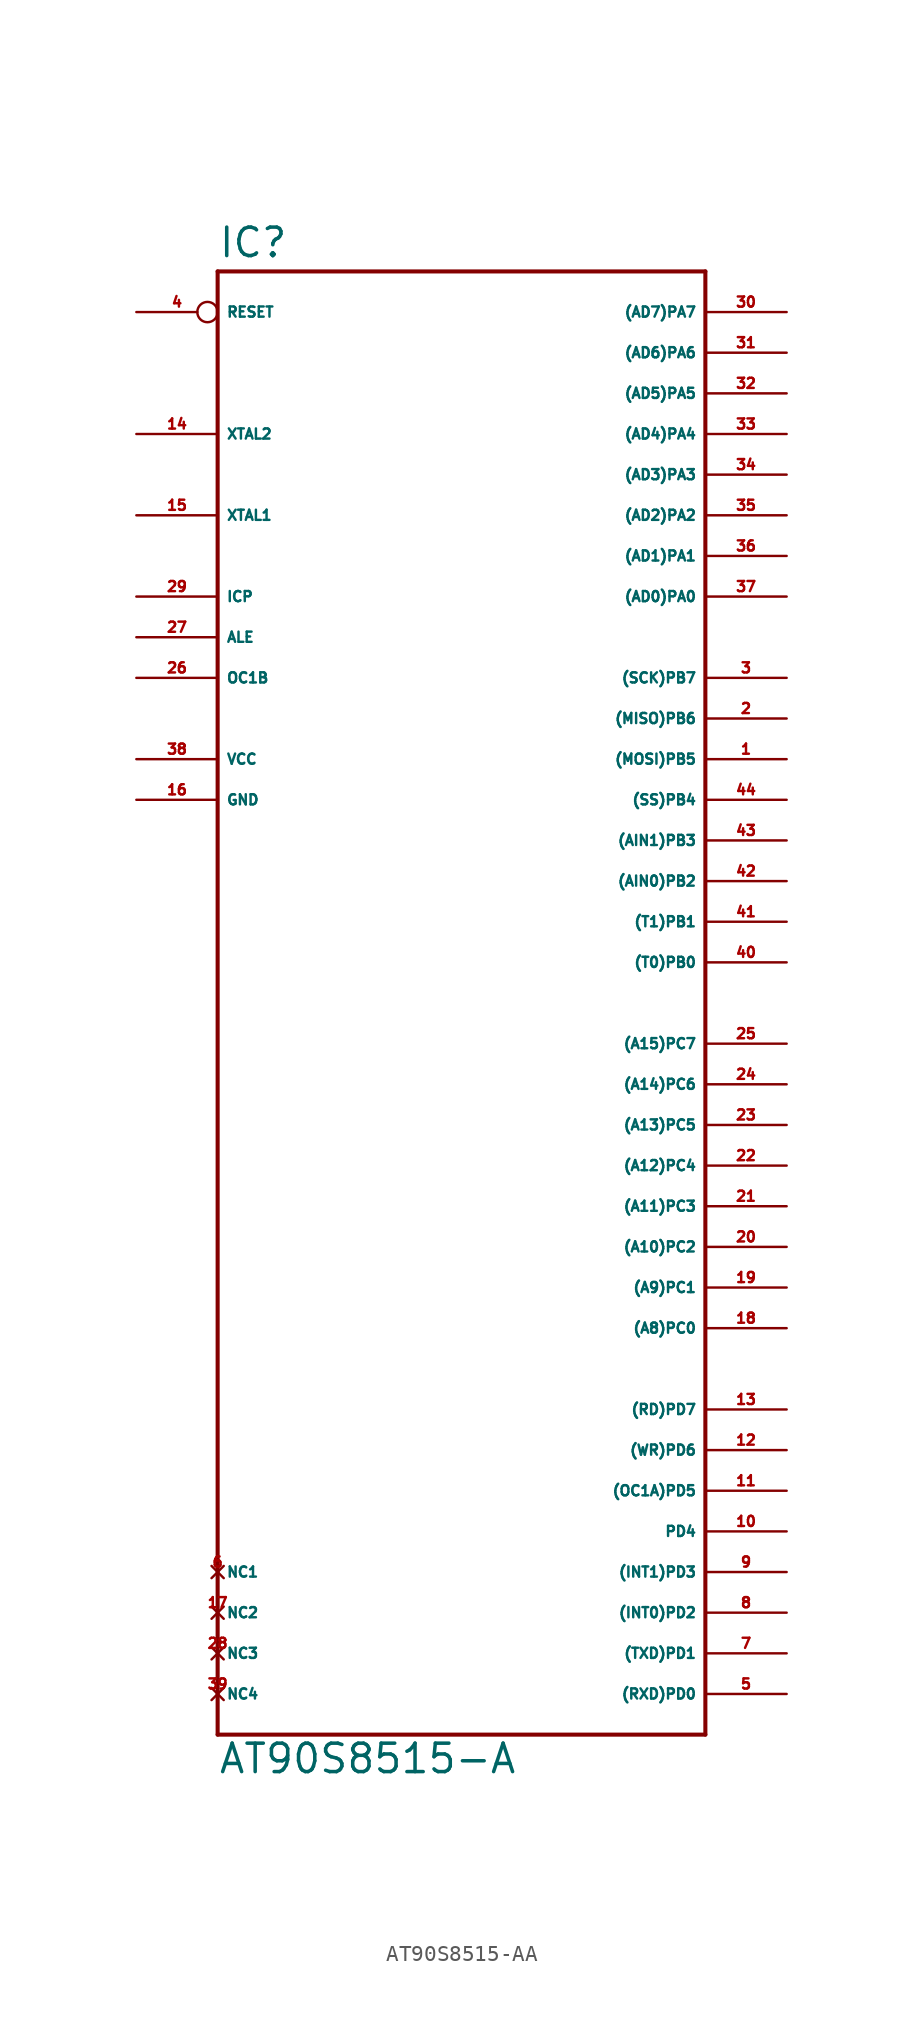
<source format=kicad_sym>
(kicad_symbol_lib
  (version 20220914)
  (generator Eagle2Kicad)
  (symbol "AT90S8515-AA"
    (property "Reference" "IC"
      (at -15.24 36.322 0)
      (effects (font (size 1.778 1.778) (thickness 0.22)) (justify left bottom)))
    (property "Value" "AT90S8515-A"
      (at -15.24 -58.42 0)
      (effects (font (size 1.778 1.778) (thickness 0.22)) (justify left bottom)))
    (polyline
      (pts (xy -15.24 35.56) (xy 15.24 35.56))
      (stroke (width 0.254) (type default))
      (fill (type none)))
    (polyline
      (pts (xy 15.24 35.56) (xy 15.24 -55.88))
      (stroke (width 0.254) (type default))
      (fill (type none)))
    (polyline
      (pts (xy 15.24 -55.88) (xy -15.24 -55.88))
      (stroke (width 0.254) (type default))
      (fill (type none)))
    (polyline
      (pts (xy -15.24 -55.88) (xy -15.24 35.56))
      (stroke (width 0.254) (type default))
      (fill (type none)))
    (pin bidirectional line
      (at 20.32 33.02 180)
      (length 5.08)
      (name "(AD7)PA7" (effects (font (size 0.635 0.635) (thickness 0.08)) (justify left bottom)))
      (number "30" (effects (font (size 0.635 0.635) (thickness 0.08)) (justify left bottom))))
    (pin bidirectional line
      (at 20.32 30.48 180)
      (length 5.08)
      (name "(AD6)PA6" (effects (font (size 0.635 0.635) (thickness 0.08)) (justify left bottom)))
      (number "31" (effects (font (size 0.635 0.635) (thickness 0.08)) (justify left bottom))))
    (pin bidirectional line
      (at 20.32 27.94 180)
      (length 5.08)
      (name "(AD5)PA5" (effects (font (size 0.635 0.635) (thickness 0.08)) (justify left bottom)))
      (number "32" (effects (font (size 0.635 0.635) (thickness 0.08)) (justify left bottom))))
    (pin bidirectional line
      (at 20.32 25.4 180)
      (length 5.08)
      (name "(AD4)PA4" (effects (font (size 0.635 0.635) (thickness 0.08)) (justify left bottom)))
      (number "33" (effects (font (size 0.635 0.635) (thickness 0.08)) (justify left bottom))))
    (pin bidirectional line
      (at 20.32 22.86 180)
      (length 5.08)
      (name "(AD3)PA3" (effects (font (size 0.635 0.635) (thickness 0.08)) (justify left bottom)))
      (number "34" (effects (font (size 0.635 0.635) (thickness 0.08)) (justify left bottom))))
    (pin bidirectional line
      (at 20.32 20.32 180)
      (length 5.08)
      (name "(AD2)PA2" (effects (font (size 0.635 0.635) (thickness 0.08)) (justify left bottom)))
      (number "35" (effects (font (size 0.635 0.635) (thickness 0.08)) (justify left bottom))))
    (pin bidirectional line
      (at 20.32 17.78 180)
      (length 5.08)
      (name "(AD1)PA1" (effects (font (size 0.635 0.635) (thickness 0.08)) (justify left bottom)))
      (number "36" (effects (font (size 0.635 0.635) (thickness 0.08)) (justify left bottom))))
    (pin bidirectional line
      (at 20.32 15.24 180)
      (length 5.08)
      (name "(AD0)PA0" (effects (font (size 0.635 0.635) (thickness 0.08)) (justify left bottom)))
      (number "37" (effects (font (size 0.635 0.635) (thickness 0.08)) (justify left bottom))))
    (pin bidirectional line
      (at 20.32 10.16 180)
      (length 5.08)
      (name "(SCK)PB7" (effects (font (size 0.635 0.635) (thickness 0.08)) (justify left bottom)))
      (number "3" (effects (font (size 0.635 0.635) (thickness 0.08)) (justify left bottom))))
    (pin bidirectional line
      (at 20.32 7.62 180)
      (length 5.08)
      (name "(MISO)PB6" (effects (font (size 0.635 0.635) (thickness 0.08)) (justify left bottom)))
      (number "2" (effects (font (size 0.635 0.635) (thickness 0.08)) (justify left bottom))))
    (pin bidirectional line
      (at 20.32 5.08 180)
      (length 5.08)
      (name "(MOSI)PB5" (effects (font (size 0.635 0.635) (thickness 0.08)) (justify left bottom)))
      (number "1" (effects (font (size 0.635 0.635) (thickness 0.08)) (justify left bottom))))
    (pin bidirectional line
      (at 20.32 2.54 180)
      (length 5.08)
      (name "(SS)PB4" (effects (font (size 0.635 0.635) (thickness 0.08)) (justify left bottom)))
      (number "44" (effects (font (size 0.635 0.635) (thickness 0.08)) (justify left bottom))))
    (pin bidirectional line
      (at 20.32 0 180)
      (length 5.08)
      (name "(AIN1)PB3" (effects (font (size 0.635 0.635) (thickness 0.08)) (justify left bottom)))
      (number "43" (effects (font (size 0.635 0.635) (thickness 0.08)) (justify left bottom))))
    (pin bidirectional line
      (at 20.32 -2.54 180)
      (length 5.08)
      (name "(AIN0)PB2" (effects (font (size 0.635 0.635) (thickness 0.08)) (justify left bottom)))
      (number "42" (effects (font (size 0.635 0.635) (thickness 0.08)) (justify left bottom))))
    (pin bidirectional line
      (at 20.32 -5.08 180)
      (length 5.08)
      (name "(T1)PB1" (effects (font (size 0.635 0.635) (thickness 0.08)) (justify left bottom)))
      (number "41" (effects (font (size 0.635 0.635) (thickness 0.08)) (justify left bottom))))
    (pin bidirectional line
      (at 20.32 -7.62 180)
      (length 5.08)
      (name "(T0)PB0" (effects (font (size 0.635 0.635) (thickness 0.08)) (justify left bottom)))
      (number "40" (effects (font (size 0.635 0.635) (thickness 0.08)) (justify left bottom))))
    (pin bidirectional line
      (at 20.32 -12.7 180)
      (length 5.08)
      (name "(A15)PC7" (effects (font (size 0.635 0.635) (thickness 0.08)) (justify left bottom)))
      (number "25" (effects (font (size 0.635 0.635) (thickness 0.08)) (justify left bottom))))
    (pin bidirectional line
      (at 20.32 -15.24 180)
      (length 5.08)
      (name "(A14)PC6" (effects (font (size 0.635 0.635) (thickness 0.08)) (justify left bottom)))
      (number "24" (effects (font (size 0.635 0.635) (thickness 0.08)) (justify left bottom))))
    (pin bidirectional line
      (at 20.32 -17.78 180)
      (length 5.08)
      (name "(A13)PC5" (effects (font (size 0.635 0.635) (thickness 0.08)) (justify left bottom)))
      (number "23" (effects (font (size 0.635 0.635) (thickness 0.08)) (justify left bottom))))
    (pin bidirectional line
      (at 20.32 -20.32 180)
      (length 5.08)
      (name "(A12)PC4" (effects (font (size 0.635 0.635) (thickness 0.08)) (justify left bottom)))
      (number "22" (effects (font (size 0.635 0.635) (thickness 0.08)) (justify left bottom))))
    (pin bidirectional line
      (at 20.32 -22.86 180)
      (length 5.08)
      (name "(A11)PC3" (effects (font (size 0.635 0.635) (thickness 0.08)) (justify left bottom)))
      (number "21" (effects (font (size 0.635 0.635) (thickness 0.08)) (justify left bottom))))
    (pin bidirectional line
      (at 20.32 -25.4 180)
      (length 5.08)
      (name "(A10)PC2" (effects (font (size 0.635 0.635) (thickness 0.08)) (justify left bottom)))
      (number "20" (effects (font (size 0.635 0.635) (thickness 0.08)) (justify left bottom))))
    (pin bidirectional line
      (at 20.32 -27.94 180)
      (length 5.08)
      (name "(A9)PC1" (effects (font (size 0.635 0.635) (thickness 0.08)) (justify left bottom)))
      (number "19" (effects (font (size 0.635 0.635) (thickness 0.08)) (justify left bottom))))
    (pin bidirectional line
      (at 20.32 -30.48 180)
      (length 5.08)
      (name "(A8)PC0" (effects (font (size 0.635 0.635) (thickness 0.08)) (justify left bottom)))
      (number "18" (effects (font (size 0.635 0.635) (thickness 0.08)) (justify left bottom))))
    (pin bidirectional line
      (at -20.32 10.16 0)
      (length 5.08)
      (name "OC1B" (effects (font (size 0.635 0.635) (thickness 0.08)) (justify left bottom)))
      (number "26" (effects (font (size 0.635 0.635) (thickness 0.08)) (justify left bottom))))
    (pin bidirectional line
      (at -20.32 12.7 0)
      (length 5.08)
      (name "ALE" (effects (font (size 0.635 0.635) (thickness 0.08)) (justify left bottom)))
      (number "27" (effects (font (size 0.635 0.635) (thickness 0.08)) (justify left bottom))))
    (pin bidirectional line
      (at -20.32 15.24 0)
      (length 5.08)
      (name "ICP" (effects (font (size 0.635 0.635) (thickness 0.08)) (justify left bottom)))
      (number "29" (effects (font (size 0.635 0.635) (thickness 0.08)) (justify left bottom))))
    (pin bidirectional line
      (at -20.32 20.32 0)
      (length 5.08)
      (name "XTAL1" (effects (font (size 0.635 0.635) (thickness 0.08)) (justify left bottom)))
      (number "15" (effects (font (size 0.635 0.635) (thickness 0.08)) (justify left bottom))))
    (pin bidirectional line
      (at -20.32 25.4 0)
      (length 5.08)
      (name "XTAL2" (effects (font (size 0.635 0.635) (thickness 0.08)) (justify left bottom)))
      (number "14" (effects (font (size 0.635 0.635) (thickness 0.08)) (justify left bottom))))
    (pin unspecified line
      (at -20.32 5.08 0)
      (length 5.08)
      (name "VCC" (effects (font (size 0.635 0.635) (thickness 0.08)) (justify left bottom)))
      (number "38" (effects (font (size 0.635 0.635) (thickness 0.08)) (justify left bottom))))
    (pin unspecified line
      (at -20.32 2.54 0)
      (length 5.08)
      (name "GND" (effects (font (size 0.635 0.635) (thickness 0.08)) (justify left bottom)))
      (number "16" (effects (font (size 0.635 0.635) (thickness 0.08)) (justify left bottom))))
    (pin input inverted
      (at -20.32 33.02 0)
      (length 5.08)
      (name "RESET" (effects (font (size 0.635 0.635) (thickness 0.08)) (justify left bottom)))
      (number "4" (effects (font (size 0.635 0.635) (thickness 0.08)) (justify left bottom))))
    (pin bidirectional line
      (at 20.32 -53.34 180)
      (length 5.08)
      (name "(RXD)PD0" (effects (font (size 0.635 0.635) (thickness 0.08)) (justify left bottom)))
      (number "5" (effects (font (size 0.635 0.635) (thickness 0.08)) (justify left bottom))))
    (pin bidirectional line
      (at 20.32 -50.8 180)
      (length 5.08)
      (name "(TXD)PD1" (effects (font (size 0.635 0.635) (thickness 0.08)) (justify left bottom)))
      (number "7" (effects (font (size 0.635 0.635) (thickness 0.08)) (justify left bottom))))
    (pin bidirectional line
      (at 20.32 -48.26 180)
      (length 5.08)
      (name "(INT0)PD2" (effects (font (size 0.635 0.635) (thickness 0.08)) (justify left bottom)))
      (number "8" (effects (font (size 0.635 0.635) (thickness 0.08)) (justify left bottom))))
    (pin bidirectional line
      (at 20.32 -45.72 180)
      (length 5.08)
      (name "(INT1)PD3" (effects (font (size 0.635 0.635) (thickness 0.08)) (justify left bottom)))
      (number "9" (effects (font (size 0.635 0.635) (thickness 0.08)) (justify left bottom))))
    (pin bidirectional line
      (at 20.32 -43.18 180)
      (length 5.08)
      (name "PD4" (effects (font (size 0.635 0.635) (thickness 0.08)) (justify left bottom)))
      (number "10" (effects (font (size 0.635 0.635) (thickness 0.08)) (justify left bottom))))
    (pin bidirectional line
      (at 20.32 -40.64 180)
      (length 5.08)
      (name "(OC1A)PD5" (effects (font (size 0.635 0.635) (thickness 0.08)) (justify left bottom)))
      (number "11" (effects (font (size 0.635 0.635) (thickness 0.08)) (justify left bottom))))
    (pin bidirectional line
      (at 20.32 -38.1 180)
      (length 5.08)
      (name "(WR)PD6" (effects (font (size 0.635 0.635) (thickness 0.08)) (justify left bottom)))
      (number "12" (effects (font (size 0.635 0.635) (thickness 0.08)) (justify left bottom))))
    (pin bidirectional line
      (at 20.32 -35.56 180)
      (length 5.08)
      (name "(RD)PD7" (effects (font (size 0.635 0.635) (thickness 0.08)) (justify left bottom)))
      (number "13" (effects (font (size 0.635 0.635) (thickness 0.08)) (justify left bottom))))
    (pin no_connect line
      (at -15.24 -45.72 0)
      (length 0)
      (name "NC1" (effects (font (size 0.635 0.635) (thickness 0.08)) (justify left bottom) hide))
      (number "6" (effects (font (size 0.635 0.635) (thickness 0.08)) (justify left bottom) hide)))
    (pin no_connect line
      (at -15.24 -48.26 0)
      (length 0)
      (name "NC2" (effects (font (size 0.635 0.635) (thickness 0.08)) (justify left bottom) hide))
      (number "17" (effects (font (size 0.635 0.635) (thickness 0.08)) (justify left bottom) hide)))
    (pin no_connect line
      (at -15.24 -50.8 0)
      (length 0)
      (name "NC3" (effects (font (size 0.635 0.635) (thickness 0.08)) (justify left bottom) hide))
      (number "28" (effects (font (size 0.635 0.635) (thickness 0.08)) (justify left bottom) hide)))
    (pin no_connect line
      (at -15.24 -53.34 0)
      (length 0)
      (name "NC4" (effects (font (size 0.635 0.635) (thickness 0.08)) (justify left bottom) hide))
      (number "39" (effects (font (size 0.635 0.635) (thickness 0.08)) (justify left bottom) hide)))))
</source>
